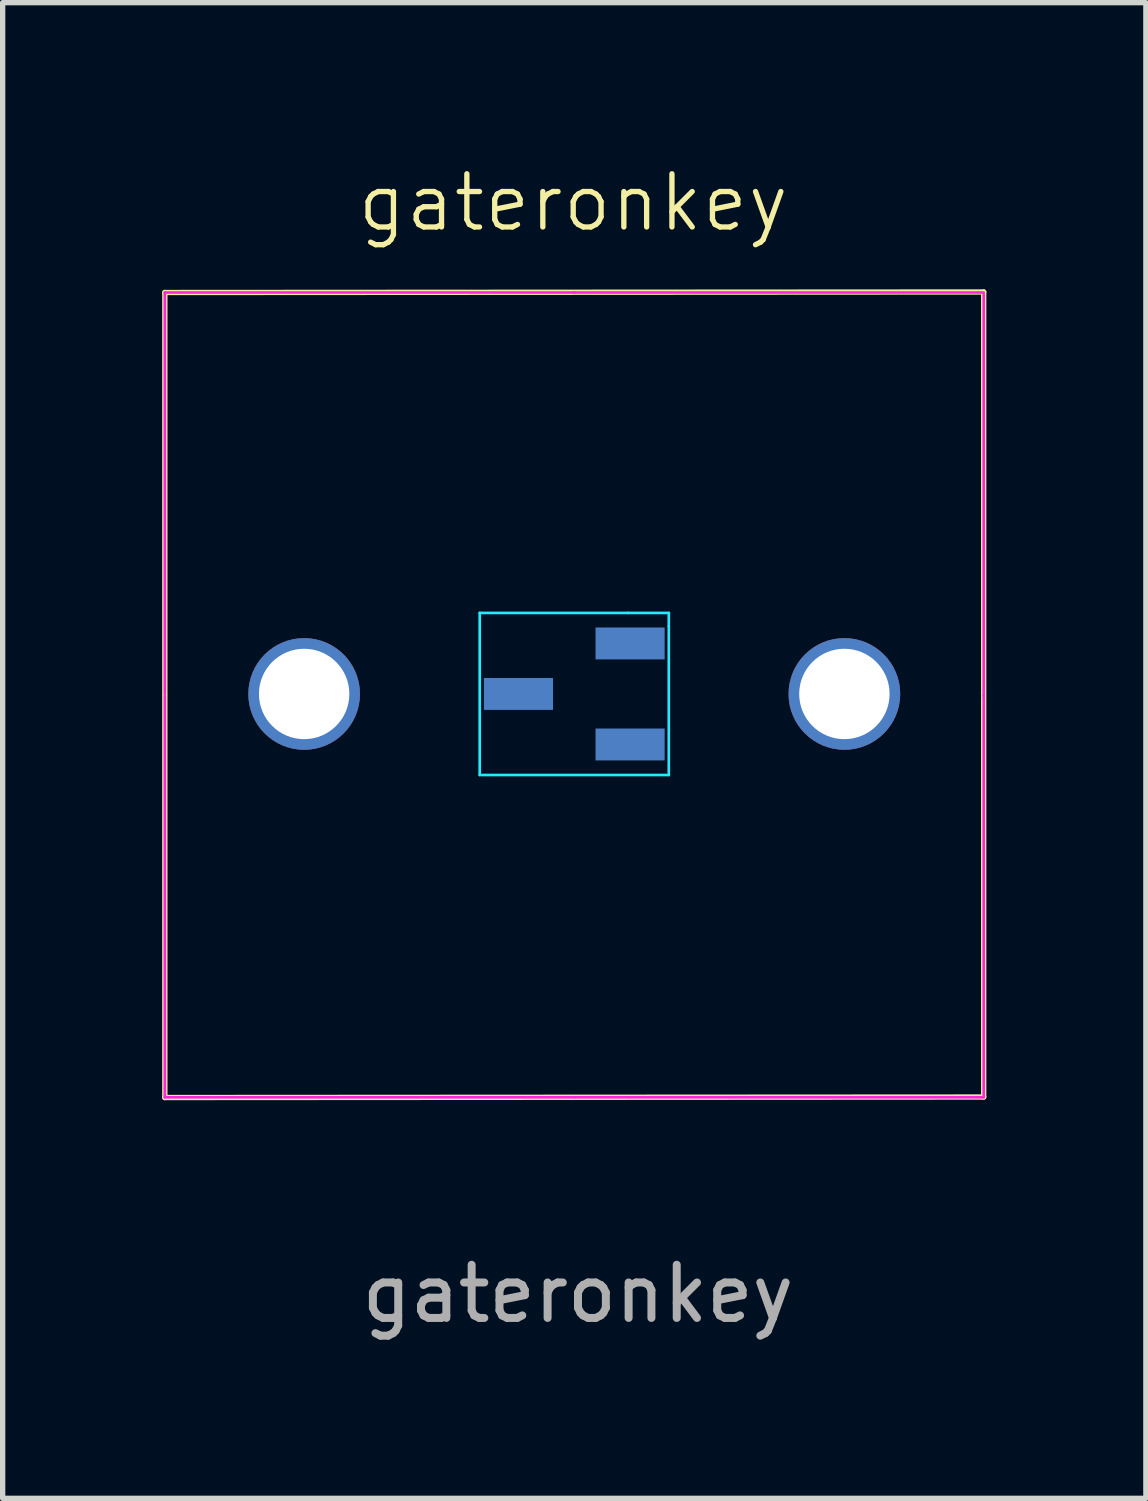
<source format=kicad_pcb>
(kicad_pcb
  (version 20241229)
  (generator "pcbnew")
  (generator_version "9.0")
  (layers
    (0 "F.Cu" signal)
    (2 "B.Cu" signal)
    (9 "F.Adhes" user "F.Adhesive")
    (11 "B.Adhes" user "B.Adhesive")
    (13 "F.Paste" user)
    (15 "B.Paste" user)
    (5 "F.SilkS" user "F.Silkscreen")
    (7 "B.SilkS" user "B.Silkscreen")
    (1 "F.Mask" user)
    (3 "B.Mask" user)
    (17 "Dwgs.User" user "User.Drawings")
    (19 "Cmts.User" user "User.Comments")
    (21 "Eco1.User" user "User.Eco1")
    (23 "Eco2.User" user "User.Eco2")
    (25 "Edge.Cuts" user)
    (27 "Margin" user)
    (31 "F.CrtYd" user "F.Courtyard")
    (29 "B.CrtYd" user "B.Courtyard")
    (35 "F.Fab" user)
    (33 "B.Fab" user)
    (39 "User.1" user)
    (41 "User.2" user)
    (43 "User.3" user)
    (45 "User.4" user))
  (footprint "gateronkey"
    (layer "F.Cu")
    (at 7.75 10.001)
    (property "Reference" "gateronkey" (at -0.02 -9.24 0) (unlocked yes) (layer "F.SilkS") (effects (font (size 1 1) (thickness 0.1))))
    (attr smd)
    (fp_line (start -7.7 -7.55) (end 7.7 -7.56) (stroke (width 0.1) (type default)) (layer "F.SilkS"))
    (fp_line (start -7.7 7.59) (end -7.7 -7.55) (stroke (width 0.1) (type default)) (layer "F.SilkS"))
    (fp_line (start 7.7 -7.56) (end 7.7 7.58) (stroke (width 0.1) (type default)) (layer "F.SilkS"))
    (fp_line (start 7.7 7.58) (end -7.7 7.59) (stroke (width 0.1) (type default)) (layer "F.SilkS"))
    (fp_line (start -1.778 -1.524) (end -1.778 1.524) (stroke (width 0.05) (type default)) (layer "B.CrtYd"))
    (fp_line (start -1.778 1.524) (end 1.778 1.524) (stroke (width 0.05) (type default)) (layer "B.CrtYd"))
    (fp_line (start 1.016 -1.524) (end -1.778 -1.524) (stroke (width 0.05) (type default)) (layer "B.CrtYd"))
    (fp_line (start 1.778 -1.524) (end 1.016 -1.524) (stroke (width 0.05) (type default)) (layer "B.CrtYd"))
    (fp_line (start 1.778 -1.27) (end 1.778 -1.524) (stroke (width 0.05) (type default)) (layer "B.CrtYd"))
    (fp_line (start 1.778 1.524) (end 1.778 -1.27) (stroke (width 0.05) (type default)) (layer "B.CrtYd"))
    (fp_line (start -7.7 0) (end -7.7 -7.55) (stroke (width 0.05) (type default)) (layer "F.CrtYd"))
    (fp_line (start -7.7 7.585) (end -7.7 0.035) (stroke (width 0.05) (type default)) (layer "F.CrtYd"))
    (fp_line (start 0 -7.55) (end -7.7 -7.55) (stroke (width 0.05) (type default)) (layer "F.CrtYd"))
    (fp_line (start 0 7.585) (end -7.7 7.585) (stroke (width 0.05) (type default)) (layer "F.CrtYd"))
    (fp_line (start 7.7 -7.55) (end 0 -7.55) (stroke (width 0.05) (type default)) (layer "F.CrtYd"))
    (fp_line (start 7.7 0.035) (end 7.7 -7.515) (stroke (width 0.05) (type default)) (layer "F.CrtYd"))
    (fp_line (start 7.7 7.585) (end 0 7.585) (stroke (width 0.05) (type default)) (layer "F.CrtYd"))
    (fp_line (start 7.7 7.585) (end 7.7 0.035) (stroke (width 0.05) (type default)) (layer "F.CrtYd"))
    (fp_text user "${REFERENCE}" (at 0.07 11.28 0) (unlocked yes) (layer "F.Fab") (effects (font (size 1 1) (thickness 0.15))))
    (pad "" np_thru_hole circle (at -5.08 0) (size 2.1 2.1) (drill 1.7) (layers "*.Cu" "*.Mask"))
    (pad "" np_thru_hole circle (at 5.08 0) (size 2.1 2.1) (drill 1.7) (layers "*.Cu" "*.Mask"))
    (pad "1" smd rect (at 1.05 -0.95) (size 1.3 0.6) (layers "B.Cu" "B.Mask" "B.Paste"))
    (pad "2" smd rect (at 1.05 0.95) (size 1.3 0.6) (layers "B.Cu" "B.Mask" "B.Paste"))
    (pad "3" smd rect (at -1.05 0) (size 1.3 0.6) (layers "B.Cu" "B.Mask" "B.Paste")))
  (gr_rect
    (start -3 -3)
    (end 18.5 25.129)
    (stroke (width 0.1) (type default))
    (fill no)
    (layer "Edge.Cuts")))
</source>
